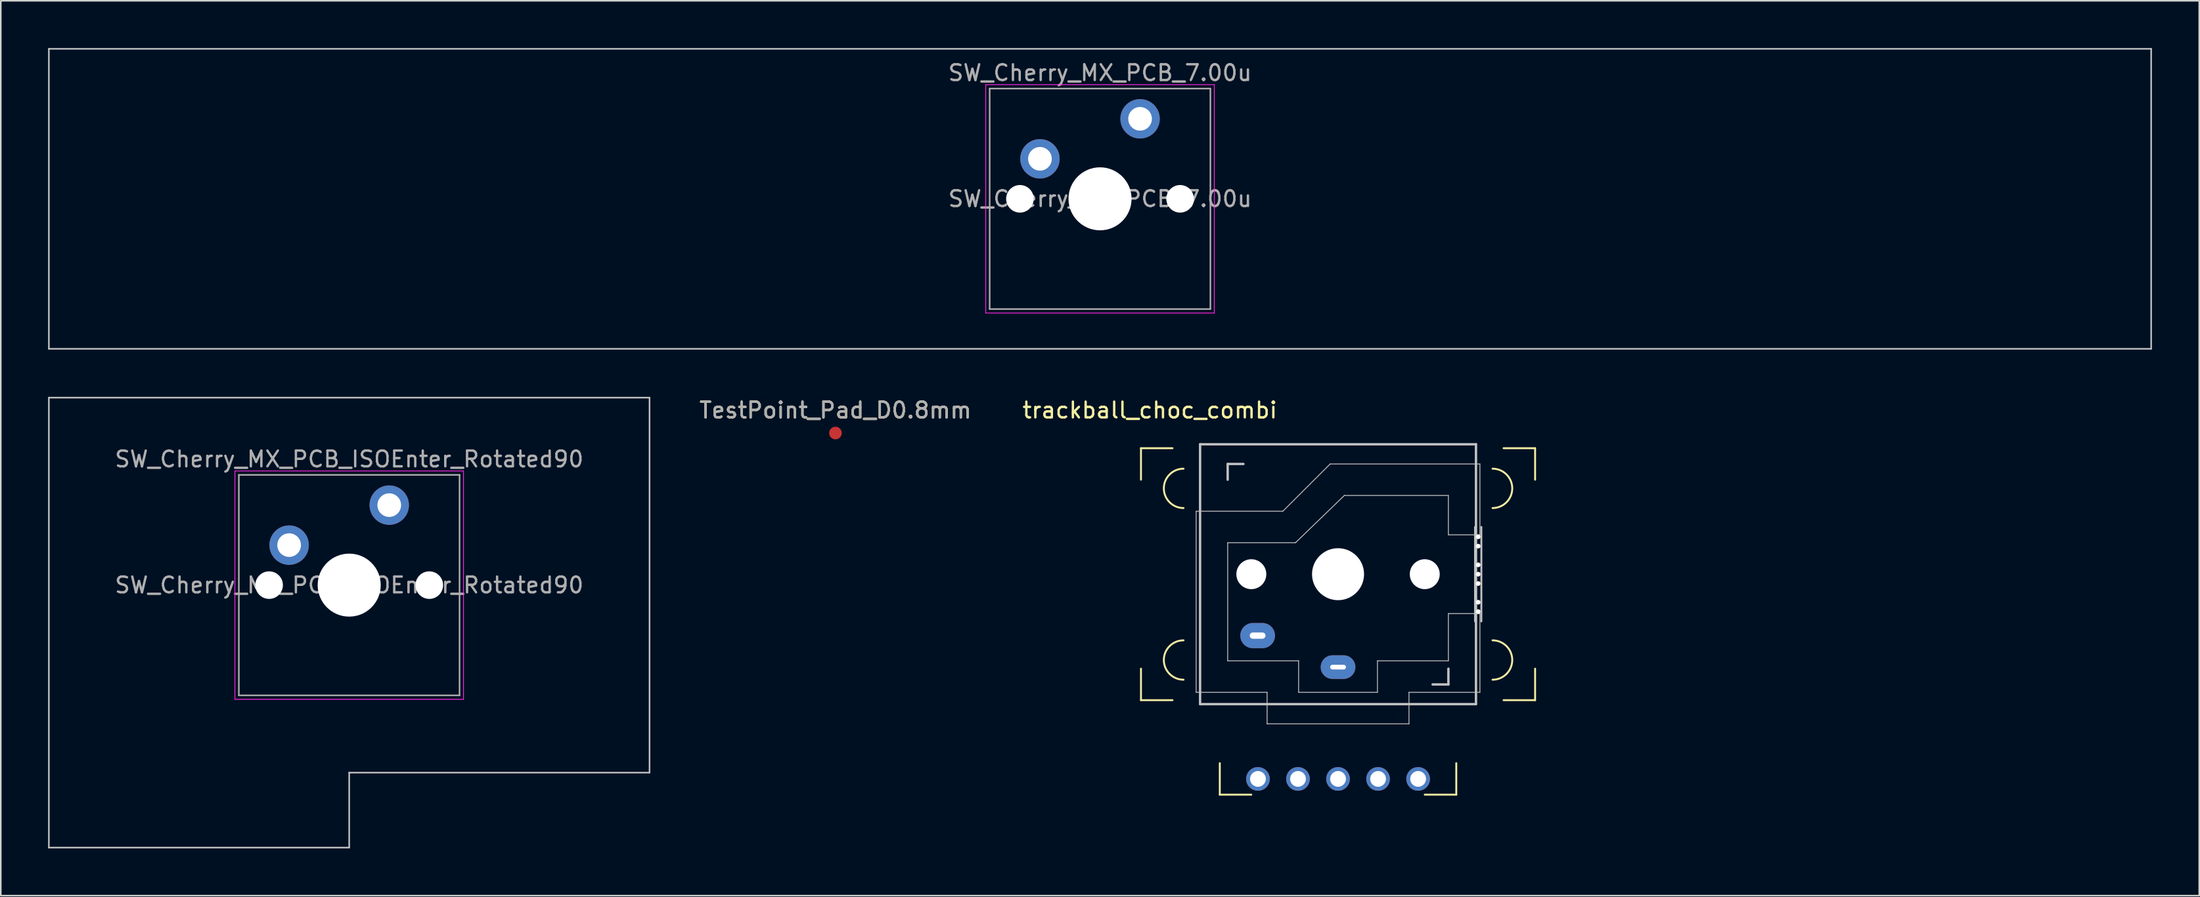
<source format=kicad_pcb>
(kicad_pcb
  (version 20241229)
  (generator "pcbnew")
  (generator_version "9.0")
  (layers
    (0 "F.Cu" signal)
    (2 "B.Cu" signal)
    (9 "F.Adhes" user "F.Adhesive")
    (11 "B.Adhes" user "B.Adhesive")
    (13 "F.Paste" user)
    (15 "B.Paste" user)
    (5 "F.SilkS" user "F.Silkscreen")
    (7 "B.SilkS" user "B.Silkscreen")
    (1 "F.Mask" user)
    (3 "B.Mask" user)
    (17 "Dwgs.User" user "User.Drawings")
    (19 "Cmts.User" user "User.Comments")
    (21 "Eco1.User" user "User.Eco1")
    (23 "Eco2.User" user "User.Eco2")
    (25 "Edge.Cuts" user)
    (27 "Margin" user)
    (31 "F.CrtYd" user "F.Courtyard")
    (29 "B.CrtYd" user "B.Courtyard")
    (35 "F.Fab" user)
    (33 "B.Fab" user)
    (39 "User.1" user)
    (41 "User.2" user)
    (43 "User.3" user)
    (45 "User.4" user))
  (footprint "TestPoint_Pad_D0.8mm"
    (layer "F.Cu")
    (at 49.944 24.448)
    (property "Reference" "TestPoint_Pad_D0.8mm" (at 0 -1.448 0) (layer "F.SilkS") (effects (font (size 1 1) (thickness 0.15))))
    (attr exclude_from_pos_files exclude_from_bom)
    (fp_text user "${REFERENCE}" (at 0 -1.45 0) (layer "F.Fab") (effects (font (size 1 1) (thickness 0.15))))
    (pad "1" smd circle (at 0 0) (size 0.8 0.8) (layers "F.Cu" "F.Mask")))
  (footprint "SW_Cherry_MX_PCB_7.00u"
    (layer "F.Cu")
    (at 66.725 9.575)
    (property "Reference" "SW_Cherry_MX_PCB_7.00u" (at 0 -8 0) (layer "F.Fab") (effects (font (size 1 1) (thickness 0.15))))
    (fp_line (start -66.675 -9.525) (end -66.675 9.525) (stroke (width 0.1) (type solid)) (layer "Dwgs.User"))
    (fp_line (start -66.675 9.525) (end 66.675 9.525) (stroke (width 0.1) (type solid)) (layer "Dwgs.User"))
    (fp_line (start 66.675 -9.525) (end -66.675 -9.525) (stroke (width 0.1) (type solid)) (layer "Dwgs.User"))
    (fp_line (start 66.675 9.525) (end 66.675 -9.525) (stroke (width 0.1) (type solid)) (layer "Dwgs.User"))
    (fp_line (start -7.25 -7.25) (end -7.25 7.25) (stroke (width 0.05) (type solid)) (layer "F.CrtYd"))
    (fp_line (start -7.25 7.25) (end 7.25 7.25) (stroke (width 0.05) (type solid)) (layer "F.CrtYd"))
    (fp_line (start 7.25 -7.25) (end -7.25 -7.25) (stroke (width 0.05) (type solid)) (layer "F.CrtYd"))
    (fp_line (start 7.25 7.25) (end 7.25 -7.25) (stroke (width 0.05) (type solid)) (layer "F.CrtYd"))
    (fp_line (start -7 -7) (end -7 7) (stroke (width 0.1) (type solid)) (layer "F.Fab"))
    (fp_line (start -7 7) (end 7 7) (stroke (width 0.1) (type solid)) (layer "F.Fab"))
    (fp_line (start 7 -7) (end -7 -7) (stroke (width 0.1) (type solid)) (layer "F.Fab"))
    (fp_line (start 7 7) (end 7 -7) (stroke (width 0.1) (type solid)) (layer "F.Fab"))
    (fp_text user "${REFERENCE}" (at 0 0 0) (layer "F.Fab") (effects (font (size 1 1) (thickness 0.15))))
    (pad "" np_thru_hole circle (at -5.08 0) (size 1.75 1.75) (drill 1.75) (layers "*.Cu" "*.Mask"))
    (pad "" np_thru_hole circle (at 0 0) (size 4 4) (drill 4) (layers "*.Cu" "*.Mask"))
    (pad "" np_thru_hole circle (at 5.08 0) (size 1.75 1.75) (drill 1.75) (layers "*.Cu" "*.Mask"))
    (pad "1" thru_hole circle (at -3.81 -2.54) (size 2.5 2.5) (drill 1.5) (layers "*.Cu" "*.Mask"))
    (pad "2" thru_hole circle (at 2.54 -5.08) (size 2.5 2.5) (drill 1.5) (layers "*.Cu" "*.Mask")))
  (footprint "trackball_choc_combi"
    (layer "F.Cu")
    (at 81.823 33.412)
    (property "Reference" "trackball_choc_combi" (at -11.938 -10.414 0) (layer "F.SilkS") (effects (font (size 1 1) (thickness 0.15))))
    (attr through_hole)
    (fp_line (start -12.5 -8) (end -10.5 -8) (stroke (width 0.12) (type solid)) (layer "F.SilkS"))
    (fp_line (start -12.5 -6) (end -12.5 -8) (stroke (width 0.12) (type solid)) (layer "F.SilkS"))
    (fp_line (start -12.5 8) (end -12.5 6) (stroke (width 0.12) (type solid)) (layer "F.SilkS"))
    (fp_line (start -12.5 8) (end -10.5 8) (stroke (width 0.12) (type solid)) (layer "F.SilkS"))
    (fp_line (start -7.5 14) (end -7.5 12) (stroke (width 0.12) (type solid)) (layer "F.SilkS"))
    (fp_line (start -5.5 14) (end -7.5 14) (stroke (width 0.12) (type solid)) (layer "F.SilkS"))
    (fp_line (start 7.5 12) (end 7.5 14) (stroke (width 0.12) (type solid)) (layer "F.SilkS"))
    (fp_line (start 7.5 14) (end 5.5 14) (stroke (width 0.12) (type solid)) (layer "F.SilkS"))
    (fp_line (start 12.5 -8) (end 10.5 -8) (stroke (width 0.12) (type solid)) (layer "F.SilkS"))
    (fp_line (start 12.5 -6) (end 12.5 -8) (stroke (width 0.12) (type solid)) (layer "F.SilkS"))
    (fp_line (start 12.5 6) (end 12.5 8) (stroke (width 0.12) (type solid)) (layer "F.SilkS"))
    (fp_line (start 12.5 8) (end 10.5 8) (stroke (width 0.12) (type solid)) (layer "F.SilkS"))
    (fp_arc (start -9.8 -4.2) (mid -11.05 -5.45) (end -9.8 -6.7) (stroke (width 0.12) (type solid)) (layer "F.SilkS"))
    (fp_arc (start -9.8 6.7) (mid -11.05 5.45) (end -9.8 4.2) (stroke (width 0.12) (type solid)) (layer "F.SilkS"))
    (fp_arc (start 9.8 -6.7) (mid 11.05 -5.45) (end 9.8 -4.2) (stroke (width 0.12) (type solid)) (layer "F.SilkS"))
    (fp_arc (start 9.8 4.2) (mid 11.05 5.45) (end 9.8 6.7) (stroke (width 0.12) (type solid)) (layer "F.SilkS"))
    (fp_line (start -8.75 -8.25) (end 8.75 -8.25) (stroke (width 0.15) (type solid)) (layer "Dwgs.User"))
    (fp_line (start -8.75 8.25) (end -8.75 -8.25) (stroke (width 0.15) (type solid)) (layer "Dwgs.User"))
    (fp_line (start -7 -7) (end -6 -7) (stroke (width 0.15) (type solid)) (layer "Dwgs.User"))
    (fp_line (start -7 -6) (end -7 -7) (stroke (width 0.15) (type solid)) (layer "Dwgs.User"))
    (fp_line (start 6 7) (end 7 7) (stroke (width 0.15) (type solid)) (layer "Dwgs.User"))
    (fp_line (start 7 7) (end 7 6) (stroke (width 0.15) (type solid)) (layer "Dwgs.User"))
    (fp_line (start 8.69 3) (end 8.69 -3) (stroke (width 0.12) (type solid)) (layer "Dwgs.User"))
    (fp_line (start 8.75 -8.25) (end 8.75 8.25) (stroke (width 0.15) (type solid)) (layer "Dwgs.User"))
    (fp_line (start 8.75 8.25) (end -8.75 8.25) (stroke (width 0.15) (type solid)) (layer "Dwgs.User"))
    (fp_line (start 9.09 3) (end 9.09 -3) (stroke (width 0.12) (type solid)) (layer "Dwgs.User"))
    (fp_line (start -9 -4) (end -9 7.5) (stroke (width 0.05) (type solid)) (layer "Edge.Cuts"))
    (fp_line (start -9 -4) (end -3.5 -4) (stroke (width 0.05) (type solid)) (layer "Edge.Cuts"))
    (fp_line (start -9 7.5) (end -4.5 7.5) (stroke (width 0.05) (type solid)) (layer "Edge.Cuts"))
    (fp_line (start -7 -2) (end -7 5.5) (stroke (width 0.05) (type solid)) (layer "Edge.Cuts"))
    (fp_line (start -7 5.5) (end -2.5 5.5) (stroke (width 0.05) (type solid)) (layer "Edge.Cuts"))
    (fp_line (start -4.5 7.5) (end -4.5 9.5) (stroke (width 0.05) (type solid)) (layer "Edge.Cuts"))
    (fp_line (start -4.5 9.5) (end 4.5 9.5) (stroke (width 0.05) (type solid)) (layer "Edge.Cuts"))
    (fp_line (start -2.7 -2) (end -7 -2) (stroke (width 0.05) (type solid)) (layer "Edge.Cuts"))
    (fp_line (start -2.7 -2) (end 0.4 -5) (stroke (width 0.05) (type solid)) (layer "Edge.Cuts"))
    (fp_line (start -2.5 5.5) (end -2.5 7.5) (stroke (width 0.05) (type solid)) (layer "Edge.Cuts"))
    (fp_line (start -2.5 7.5) (end 2.5 7.5) (stroke (width 0.05) (type solid)) (layer "Edge.Cuts"))
    (fp_line (start -0.5 -7) (end -3.5 -4) (stroke (width 0.05) (type solid)) (layer "Edge.Cuts"))
    (fp_line (start 2.5 5.5) (end 2.5 7.5) (stroke (width 0.05) (type solid)) (layer "Edge.Cuts"))
    (fp_line (start 2.5 5.5) (end 7 5.5) (stroke (width 0.05) (type solid)) (layer "Edge.Cuts"))
    (fp_line (start 4.5 7.5) (end 4.5 9.5) (stroke (width 0.05) (type solid)) (layer "Edge.Cuts"))
    (fp_line (start 4.5 7.5) (end 9 7.5) (stroke (width 0.05) (type solid)) (layer "Edge.Cuts"))
    (fp_line (start 7 -5) (end 0.4 -5) (stroke (width 0.05) (type solid)) (layer "Edge.Cuts"))
    (fp_line (start 7 -5) (end 7 -2.5) (stroke (width 0.05) (type solid)) (layer "Edge.Cuts"))
    (fp_line (start 7 -2.5) (end 9 -2.5) (stroke (width 0.05) (type solid)) (layer "Edge.Cuts"))
    (fp_line (start 7 2.5) (end 7 5.5) (stroke (width 0.05) (type solid)) (layer "Edge.Cuts"))
    (fp_line (start 7 2.5) (end 9 2.5) (stroke (width 0.05) (type solid)) (layer "Edge.Cuts"))
    (fp_line (start 9 -7) (end -0.5 -7) (stroke (width 0.05) (type solid)) (layer "Edge.Cuts"))
    (fp_line (start 9 -7) (end 9 -2.5) (stroke (width 0.05) (type solid)) (layer "Edge.Cuts"))
    (fp_line (start 9 7.5) (end 9 2.5) (stroke (width 0.05) (type solid)) (layer "Edge.Cuts"))
    (pad "" np_thru_hole circle (at -5.5 0 90) (size 1.9 1.9) (drill 1.9) (layers "*.Cu" "*.Mask"))
    (pad "" np_thru_hole circle (at 0 0 90) (size 3.3 3.3) (drill 3.3) (layers "*.Cu" "*.Mask"))
    (pad "" np_thru_hole circle (at 5.5 0 90) (size 1.9 1.9) (drill 1.9) (layers "*.Cu" "*.Mask"))
    (pad "" np_thru_hole circle (at 8.89 -2.375 90) (size 0.3 0.3) (drill 0.3) (layers "*.Cu" "*.Mask"))
    (pad "" np_thru_hole circle (at 8.89 -1.781 90) (size 0.3 0.3) (drill 0.3) (layers "*.Cu" "*.Mask"))
    (pad "" np_thru_hole circle (at 8.89 -0.594 90) (size 0.3 0.3) (drill 0.3) (layers "*.Cu" "*.Mask"))
    (pad "" np_thru_hole circle (at 8.89 0 90) (size 0.3 0.3) (drill 0.3) (layers "*.Cu" "*.Mask"))
    (pad "" np_thru_hole circle (at 8.89 0.594 90) (size 0.3 0.3) (drill 0.3) (layers "*.Cu" "*.Mask"))
    (pad "" np_thru_hole circle (at 8.89 1.781 90) (size 0.3 0.3) (drill 0.3) (layers "*.Cu" "*.Mask"))
    (pad "" np_thru_hole circle (at 8.89 2.375 90) (size 0.3 0.3) (drill 0.3) (layers "*.Cu" "*.Mask"))
    (pad "1" thru_hole oval (at -5.1 3.9) (size 2.2 1.6) (drill oval 1 0.4) (layers "*.Cu" "B.Mask"))
    (pad "2" thru_hole oval (at 0 5.9) (size 2.2 1.5) (drill oval 1 0.3) (layers "*.Cu" "B.Mask"))
    (pad "GND" thru_hole circle (at 5.08 13) (size 1.5 1.5) (drill 1) (layers "*.Cu" "*.Mask"))
    (pad "INT" thru_hole circle (at 2.54 13) (size 1.5 1.5) (drill 1) (layers "*.Cu" "*.Mask"))
    (pad "SCL" thru_hole circle (at 0 13) (size 1.5 1.5) (drill 1) (layers "*.Cu" "*.Mask"))
    (pad "SDA" thru_hole circle (at -2.54 13) (size 1.5 1.5) (drill 1) (layers "*.Cu" "*.Mask"))
    (pad "VCC" thru_hole circle (at -5.08 13) (size 1.5 1.5) (drill 1) (layers "*.Cu" "*.Mask")))
  (footprint "SW_Cherry_MX_PCB_ISOEnter_Rotated90"
    (layer "F.Cu")
    (at 19.1 34.106)
    (property "Reference" "SW_Cherry_MX_PCB_ISOEnter_Rotated90" (at 0 -8 0) (layer "F.Fab") (effects (font (size 1 1) (thickness 0.15))))
    (fp_line (start -19.05 -11.906) (end -19.05 16.669) (stroke (width 0.1) (type solid)) (layer "Dwgs.User"))
    (fp_line (start -19.05 16.669) (end 0 16.669) (stroke (width 0.1) (type solid)) (layer "Dwgs.User"))
    (fp_line (start 0 11.906) (end 19.05 11.906) (stroke (width 0.1) (type solid)) (layer "Dwgs.User"))
    (fp_line (start 0 16.669) (end 0 11.906) (stroke (width 0.1) (type solid)) (layer "Dwgs.User"))
    (fp_line (start 19.05 -11.906) (end -19.05 -11.906) (stroke (width 0.1) (type solid)) (layer "Dwgs.User"))
    (fp_line (start 19.05 11.906) (end 19.05 -11.906) (stroke (width 0.1) (type solid)) (layer "Dwgs.User"))
    (fp_line (start -7.25 -7.25) (end -7.25 7.25) (stroke (width 0.05) (type solid)) (layer "F.CrtYd"))
    (fp_line (start -7.25 7.25) (end 7.25 7.25) (stroke (width 0.05) (type solid)) (layer "F.CrtYd"))
    (fp_line (start 7.25 -7.25) (end -7.25 -7.25) (stroke (width 0.05) (type solid)) (layer "F.CrtYd"))
    (fp_line (start 7.25 7.25) (end 7.25 -7.25) (stroke (width 0.05) (type solid)) (layer "F.CrtYd"))
    (fp_line (start -7 -7) (end -7 7) (stroke (width 0.1) (type solid)) (layer "F.Fab"))
    (fp_line (start -7 7) (end 7 7) (stroke (width 0.1) (type solid)) (layer "F.Fab"))
    (fp_line (start 7 -7) (end -7 -7) (stroke (width 0.1) (type solid)) (layer "F.Fab"))
    (fp_line (start 7 7) (end 7 -7) (stroke (width 0.1) (type solid)) (layer "F.Fab"))
    (fp_text user "${REFERENCE}" (at 0 0 0) (layer "F.Fab") (effects (font (size 1 1) (thickness 0.15))))
    (pad "" np_thru_hole circle (at -5.08 0) (size 1.75 1.75) (drill 1.75) (layers "*.Cu" "*.Mask"))
    (pad "" np_thru_hole circle (at 0 0) (size 4 4) (drill 4) (layers "*.Cu" "*.Mask"))
    (pad "" np_thru_hole circle (at 5.08 0) (size 1.75 1.75) (drill 1.75) (layers "*.Cu" "*.Mask"))
    (pad "1" thru_hole circle (at -3.81 -2.54) (size 2.5 2.5) (drill 1.5) (layers "*.Cu" "*.Mask"))
    (pad "2" thru_hole circle (at 2.54 -5.08) (size 2.5 2.5) (drill 1.5) (layers "*.Cu" "*.Mask")))
  (gr_rect
    (start -3 -3)
    (end 136.45 53.825)
    (stroke (width 0.1) (type default))
    (fill no)
    (layer "Edge.Cuts")))
</source>
